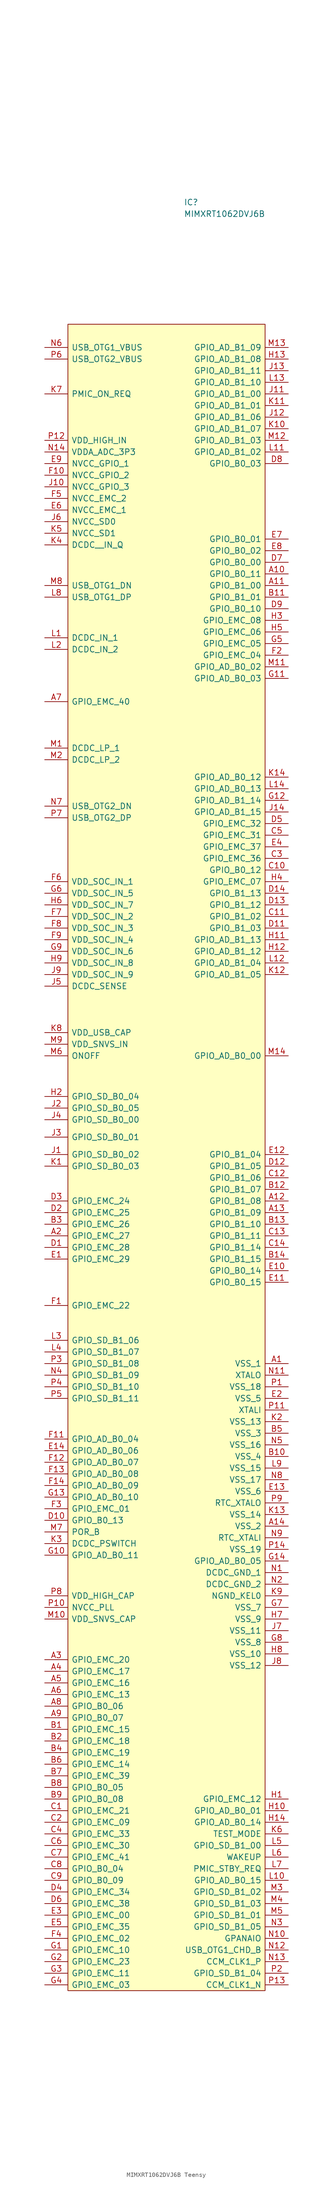
<source format=kicad_sym>
(kicad_symbol_lib
  (version 20220914)
  (generator kicad_symbol_editor)
  (symbol "MIMXRT1062DVJ6B Teensy"
    (pin_names
      (offset 0.762))
    (property "Reference" "IC"
      (at 30.48 29.21 0)
      (effects (font (size 1.27 1.27)) (justify left)))
    (property "Value" "MIMXRT1062DVJ6B"
      (at 30.48 26.67 0)
      (effects (font (size 1.27 1.27)) (justify left)))
    (symbol "MIMXRT1062DVJ6B Teensy_0_0"
      (pin passive line (at 53.34 -224.79 180) (length 5.08) (name "VSS_1" (effects (font (size 1.27 1.27)))) (number "A1" (effects (font (size 1.27 1.27)))))
      (pin passive line (at 53.34 -52.07 180) (length 5.08) (name "GPIO_B0_11" (effects (font (size 1.27 1.27)))) (number "A10" (effects (font (size 1.27 1.27)))))
      (pin passive line (at 53.34 -54.61 180) (length 5.08) (name "GPIO_B1_00" (effects (font (size 1.27 1.27)))) (number "A11" (effects (font (size 1.27 1.27)))))
      (pin passive line (at 53.34 -189.23 180) (length 5.08) (name "GPIO_B1_08" (effects (font (size 1.27 1.27)))) (number "A12" (effects (font (size 1.27 1.27)))))
      (pin passive line (at 53.34 -191.77 180) (length 5.08) (name "GPIO_B1_09" (effects (font (size 1.27 1.27)))) (number "A13" (effects (font (size 1.27 1.27)))))
      (pin passive line (at 53.34 -260.35 180) (length 5.08) (name "VSS_2" (effects (font (size 1.27 1.27)))) (number "A14" (effects (font (size 1.27 1.27)))))
      (pin passive line (at 0 -196.85 0) (length 5.08) (name "GPIO_EMC_27" (effects (font (size 1.27 1.27)))) (number "A2" (effects (font (size 1.27 1.27)))))
      (pin passive line (at 0 -289.56 0) (length 5.08) (name "GPIO_EMC_20" (effects (font (size 1.27 1.27)))) (number "A3" (effects (font (size 1.27 1.27)))))
      (pin passive line (at 0 -292.1 0) (length 5.08) (name "GPIO_EMC_17" (effects (font (size 1.27 1.27)))) (number "A4" (effects (font (size 1.27 1.27)))))
      (pin passive line (at 0 -294.64 0) (length 5.08) (name "GPIO_EMC_16" (effects (font (size 1.27 1.27)))) (number "A5" (effects (font (size 1.27 1.27)))))
      (pin passive line (at 0 -297.18 0) (length 5.08) (name "GPIO_EMC_13" (effects (font (size 1.27 1.27)))) (number "A6" (effects (font (size 1.27 1.27)))))
      (pin passive line (at 0 -80.01 0) (length 5.08) (name "GPIO_EMC_40" (effects (font (size 1.27 1.27)))) (number "A7" (effects (font (size 1.27 1.27)))))
      (pin passive line (at 0 -299.72 0) (length 5.08) (name "GPIO_B0_06" (effects (font (size 1.27 1.27)))) (number "A8" (effects (font (size 1.27 1.27)))))
      (pin passive line (at 0 -302.26 0) (length 5.08) (name "GPIO_B0_07" (effects (font (size 1.27 1.27)))) (number "A9" (effects (font (size 1.27 1.27)))))
      (pin passive line (at 0 -304.8 0) (length 5.08) (name "GPIO_EMC_15" (effects (font (size 1.27 1.27)))) (number "B1" (effects (font (size 1.27 1.27)))))
      (pin passive line (at 53.34 -245.11 180) (length 5.08) (name "VSS_4" (effects (font (size 1.27 1.27)))) (number "B10" (effects (font (size 1.27 1.27)))))
      (pin passive line (at 53.34 -57.15 180) (length 5.08) (name "GPIO_B1_01" (effects (font (size 1.27 1.27)))) (number "B11" (effects (font (size 1.27 1.27)))))
      (pin passive line (at 53.34 -186.69 180) (length 5.08) (name "GPIO_B1_07" (effects (font (size 1.27 1.27)))) (number "B12" (effects (font (size 1.27 1.27)))))
      (pin passive line (at 53.34 -194.31 180) (length 5.08) (name "GPIO_B1_10" (effects (font (size 1.27 1.27)))) (number "B13" (effects (font (size 1.27 1.27)))))
      (pin passive line (at 53.34 -201.93 180) (length 5.08) (name "GPIO_B1_15" (effects (font (size 1.27 1.27)))) (number "B14" (effects (font (size 1.27 1.27)))))
      (pin passive line (at 0 -307.34 0) (length 5.08) (name "GPIO_EMC_18" (effects (font (size 1.27 1.27)))) (number "B2" (effects (font (size 1.27 1.27)))))
      (pin passive line (at 0 -194.31 0) (length 5.08) (name "GPIO_EMC_26" (effects (font (size 1.27 1.27)))) (number "B3" (effects (font (size 1.27 1.27)))))
      (pin passive line (at 0 -309.88 0) (length 5.08) (name "GPIO_EMC_19" (effects (font (size 1.27 1.27)))) (number "B4" (effects (font (size 1.27 1.27)))))
      (pin passive line (at 53.34 -240.03 180) (length 5.08) (name "VSS_3" (effects (font (size 1.27 1.27)))) (number "B5" (effects (font (size 1.27 1.27)))))
      (pin passive line (at 0 -312.42 0) (length 5.08) (name "GPIO_EMC_14" (effects (font (size 1.27 1.27)))) (number "B6" (effects (font (size 1.27 1.27)))))
      (pin passive line (at 0 -314.96 0) (length 5.08) (name "GPIO_EMC_39" (effects (font (size 1.27 1.27)))) (number "B7" (effects (font (size 1.27 1.27)))))
      (pin passive line (at 0 -317.5 0) (length 5.08) (name "GPIO_B0_05" (effects (font (size 1.27 1.27)))) (number "B8" (effects (font (size 1.27 1.27)))))
      (pin passive line (at 0 -320.04 0) (length 5.08) (name "GPIO_B0_08" (effects (font (size 1.27 1.27)))) (number "B9" (effects (font (size 1.27 1.27)))))
      (pin passive line (at 0 -322.58 0) (length 5.08) (name "GPIO_EMC_21" (effects (font (size 1.27 1.27)))) (number "C1" (effects (font (size 1.27 1.27)))))
      (pin passive line (at 53.34 -116.84 180) (length 5.08) (name "GPIO_B0_12" (effects (font (size 1.27 1.27)))) (number "C10" (effects (font (size 1.27 1.27)))))
      (pin passive line (at 53.34 -127 180) (length 5.08) (name "GPIO_B1_02" (effects (font (size 1.27 1.27)))) (number "C11" (effects (font (size 1.27 1.27)))))
      (pin passive line (at 53.34 -184.15 180) (length 5.08) (name "GPIO_B1_06" (effects (font (size 1.27 1.27)))) (number "C12" (effects (font (size 1.27 1.27)))))
      (pin passive line (at 53.34 -196.85 180) (length 5.08) (name "GPIO_B1_11" (effects (font (size 1.27 1.27)))) (number "C13" (effects (font (size 1.27 1.27)))))
      (pin passive line (at 53.34 -199.39 180) (length 5.08) (name "GPIO_B1_14" (effects (font (size 1.27 1.27)))) (number "C14" (effects (font (size 1.27 1.27)))))
      (pin passive line (at 0 -325.12 0) (length 5.08) (name "GPIO_EMC_09" (effects (font (size 1.27 1.27)))) (number "C2" (effects (font (size 1.27 1.27)))))
      (pin passive line (at 53.34 -114.3 180) (length 5.08) (name "GPIO_EMC_36" (effects (font (size 1.27 1.27)))) (number "C3" (effects (font (size 1.27 1.27)))))
      (pin passive line (at 0 -327.66 0) (length 5.08) (name "GPIO_EMC_33" (effects (font (size 1.27 1.27)))) (number "C4" (effects (font (size 1.27 1.27)))))
      (pin passive line (at 53.34 -109.22 180) (length 5.08) (name "GPIO_EMC_31" (effects (font (size 1.27 1.27)))) (number "C5" (effects (font (size 1.27 1.27)))))
      (pin passive line (at 0 -330.2 0) (length 5.08) (name "GPIO_EMC_30" (effects (font (size 1.27 1.27)))) (number "C6" (effects (font (size 1.27 1.27)))))
      (pin passive line (at 0 -332.74 0) (length 5.08) (name "GPIO_EMC_41" (effects (font (size 1.27 1.27)))) (number "C7" (effects (font (size 1.27 1.27)))))
      (pin passive line (at 0 -335.28 0) (length 5.08) (name "GPIO_B0_04" (effects (font (size 1.27 1.27)))) (number "C8" (effects (font (size 1.27 1.27)))))
      (pin passive line (at 0 -337.82 0) (length 5.08) (name "GPIO_B0_09" (effects (font (size 1.27 1.27)))) (number "C9" (effects (font (size 1.27 1.27)))))
      (pin passive line (at 0 -199.39 0) (length 5.08) (name "GPIO_EMC_28" (effects (font (size 1.27 1.27)))) (number "D1" (effects (font (size 1.27 1.27)))))
      (pin passive line (at 0 -259.08 0) (length 5.08) (name "GPIO_B0_13" (effects (font (size 1.27 1.27)))) (number "D10" (effects (font (size 1.27 1.27)))))
      (pin passive line (at 53.34 -129.54 180) (length 5.08) (name "GPIO_B1_03" (effects (font (size 1.27 1.27)))) (number "D11" (effects (font (size 1.27 1.27)))))
      (pin passive line (at 53.34 -181.61 180) (length 5.08) (name "GPIO_B1_05" (effects (font (size 1.27 1.27)))) (number "D12" (effects (font (size 1.27 1.27)))))
      (pin passive line (at 53.34 -124.46 180) (length 5.08) (name "GPIO_B1_12" (effects (font (size 1.27 1.27)))) (number "D13" (effects (font (size 1.27 1.27)))))
      (pin passive line (at 53.34 -121.92 180) (length 5.08) (name "GPIO_B1_13" (effects (font (size 1.27 1.27)))) (number "D14" (effects (font (size 1.27 1.27)))))
      (pin passive line (at 0 -191.77 0) (length 5.08) (name "GPIO_EMC_25" (effects (font (size 1.27 1.27)))) (number "D2" (effects (font (size 1.27 1.27)))))
      (pin passive line (at 0 -189.23 0) (length 5.08) (name "GPIO_EMC_24" (effects (font (size 1.27 1.27)))) (number "D3" (effects (font (size 1.27 1.27)))))
      (pin passive line (at 0 -340.36 0) (length 5.08) (name "GPIO_EMC_34" (effects (font (size 1.27 1.27)))) (number "D4" (effects (font (size 1.27 1.27)))))
      (pin passive line (at 53.34 -106.68 180) (length 5.08) (name "GPIO_EMC_32" (effects (font (size 1.27 1.27)))) (number "D5" (effects (font (size 1.27 1.27)))))
      (pin passive line (at 0 -342.9 0) (length 5.08) (name "GPIO_EMC_38" (effects (font (size 1.27 1.27)))) (number "D6" (effects (font (size 1.27 1.27)))))
      (pin passive line (at 53.34 -49.53 180) (length 5.08) (name "GPIO_B0_00" (effects (font (size 1.27 1.27)))) (number "D7" (effects (font (size 1.27 1.27)))))
      (pin passive line (at 53.34 -27.94 180) (length 5.08) (name "GPIO_B0_03" (effects (font (size 1.27 1.27)))) (number "D8" (effects (font (size 1.27 1.27)))))
      (pin passive line (at 53.34 -59.69 180) (length 5.08) (name "GPIO_B0_10" (effects (font (size 1.27 1.27)))) (number "D9" (effects (font (size 1.27 1.27)))))
      (pin passive line (at 0 -201.93 0) (length 5.08) (name "GPIO_EMC_29" (effects (font (size 1.27 1.27)))) (number "E1" (effects (font (size 1.27 1.27)))))
      (pin passive line (at 53.34 -204.47 180) (length 5.08) (name "GPIO_B0_14" (effects (font (size 1.27 1.27)))) (number "E10" (effects (font (size 1.27 1.27)))))
      (pin passive line (at 53.34 -207.01 180) (length 5.08) (name "GPIO_B0_15" (effects (font (size 1.27 1.27)))) (number "E11" (effects (font (size 1.27 1.27)))))
      (pin passive line (at 53.34 -179.07 180) (length 5.08) (name "GPIO_B1_04" (effects (font (size 1.27 1.27)))) (number "E12" (effects (font (size 1.27 1.27)))))
      (pin passive line (at 53.34 -252.73 180) (length 5.08) (name "VSS_6" (effects (font (size 1.27 1.27)))) (number "E13" (effects (font (size 1.27 1.27)))))
      (pin passive line (at 0 -243.84 0) (length 5.08) (name "GPIO_AD_B0_06" (effects (font (size 1.27 1.27)))) (number "E14" (effects (font (size 1.27 1.27)))))
      (pin passive line (at 53.34 -232.41 180) (length 5.08) (name "VSS_5" (effects (font (size 1.27 1.27)))) (number "E2" (effects (font (size 1.27 1.27)))))
      (pin passive line (at 0 -345.44 0) (length 5.08) (name "GPIO_EMC_00" (effects (font (size 1.27 1.27)))) (number "E3" (effects (font (size 1.27 1.27)))))
      (pin passive line (at 53.34 -111.76 180) (length 5.08) (name "GPIO_EMC_37" (effects (font (size 1.27 1.27)))) (number "E4" (effects (font (size 1.27 1.27)))))
      (pin passive line (at 0 -347.98 0) (length 5.08) (name "GPIO_EMC_35" (effects (font (size 1.27 1.27)))) (number "E5" (effects (font (size 1.27 1.27)))))
      (pin passive line (at 0 -38.1 0) (length 5.08) (name "NVCC_EMC_1" (effects (font (size 1.27 1.27)))) (number "E6" (effects (font (size 1.27 1.27)))))
      (pin passive line (at 53.34 -44.45 180) (length 5.08) (name "GPIO_B0_01" (effects (font (size 1.27 1.27)))) (number "E7" (effects (font (size 1.27 1.27)))))
      (pin passive line (at 53.34 -46.99 180) (length 5.08) (name "GPIO_B0_02" (effects (font (size 1.27 1.27)))) (number "E8" (effects (font (size 1.27 1.27)))))
      (pin passive line (at 0 -27.94 0) (length 5.08) (name "NVCC_GPIO_1" (effects (font (size 1.27 1.27)))) (number "E9" (effects (font (size 1.27 1.27)))))
      (pin passive line (at 0 -212.09 0) (length 5.08) (name "GPIO_EMC_22" (effects (font (size 1.27 1.27)))) (number "F1" (effects (font (size 1.27 1.27)))))
      (pin passive line (at 0 -30.48 0) (length 5.08) (name "NVCC_GPIO_2" (effects (font (size 1.27 1.27)))) (number "F10" (effects (font (size 1.27 1.27)))))
      (pin passive line (at 0 -241.3 0) (length 5.08) (name "GPIO_AD_B0_04" (effects (font (size 1.27 1.27)))) (number "F11" (effects (font (size 1.27 1.27)))))
      (pin passive line (at 0 -246.38 0) (length 5.08) (name "GPIO_AD_B0_07" (effects (font (size 1.27 1.27)))) (number "F12" (effects (font (size 1.27 1.27)))))
      (pin passive line (at 0 -248.92 0) (length 5.08) (name "GPIO_AD_B0_08" (effects (font (size 1.27 1.27)))) (number "F13" (effects (font (size 1.27 1.27)))))
      (pin passive line (at 0 -251.46 0) (length 5.08) (name "GPIO_AD_B0_09" (effects (font (size 1.27 1.27)))) (number "F14" (effects (font (size 1.27 1.27)))))
      (pin passive line (at 53.34 -69.85 180) (length 5.08) (name "GPIO_EMC_04" (effects (font (size 1.27 1.27)))) (number "F2" (effects (font (size 1.27 1.27)))))
      (pin passive line (at 0 -256.54 0) (length 5.08) (name "GPIO_EMC_01" (effects (font (size 1.27 1.27)))) (number "F3" (effects (font (size 1.27 1.27)))))
      (pin passive line (at 0 -350.52 0) (length 5.08) (name "GPIO_EMC_02" (effects (font (size 1.27 1.27)))) (number "F4" (effects (font (size 1.27 1.27)))))
      (pin passive line (at 0 -35.56 0) (length 5.08) (name "NVCC_EMC_2" (effects (font (size 1.27 1.27)))) (number "F5" (effects (font (size 1.27 1.27)))))
      (pin passive line (at 0 -119.38 0) (length 5.08) (name "VDD_SOC_IN_1" (effects (font (size 1.27 1.27)))) (number "F6" (effects (font (size 1.27 1.27)))))
      (pin passive line (at 0 -127 0) (length 5.08) (name "VDD_SOC_IN_2" (effects (font (size 1.27 1.27)))) (number "F7" (effects (font (size 1.27 1.27)))))
      (pin passive line (at 0 -129.54 0) (length 5.08) (name "VDD_SOC_IN_3" (effects (font (size 1.27 1.27)))) (number "F8" (effects (font (size 1.27 1.27)))))
      (pin passive line (at 0 -132.08 0) (length 5.08) (name "VDD_SOC_IN_4" (effects (font (size 1.27 1.27)))) (number "F9" (effects (font (size 1.27 1.27)))))
      (pin passive line (at 0 -353.06 0) (length 5.08) (name "GPIO_EMC_10" (effects (font (size 1.27 1.27)))) (number "G1" (effects (font (size 1.27 1.27)))))
      (pin passive line (at 0 -266.7 0) (length 5.08) (name "GPIO_AD_B0_11" (effects (font (size 1.27 1.27)))) (number "G10" (effects (font (size 1.27 1.27)))))
      (pin passive line (at 53.34 -74.93 180) (length 5.08) (name "GPIO_AD_B0_03" (effects (font (size 1.27 1.27)))) (number "G11" (effects (font (size 1.27 1.27)))))
      (pin passive line (at 53.34 -101.6 180) (length 5.08) (name "GPIO_AD_B1_14" (effects (font (size 1.27 1.27)))) (number "G12" (effects (font (size 1.27 1.27)))))
      (pin passive line (at 0 -254 0) (length 5.08) (name "GPIO_AD_B0_10" (effects (font (size 1.27 1.27)))) (number "G13" (effects (font (size 1.27 1.27)))))
      (pin passive line (at 53.34 -267.97 180) (length 5.08) (name "GPIO_AD_B0_05" (effects (font (size 1.27 1.27)))) (number "G14" (effects (font (size 1.27 1.27)))))
      (pin passive line (at 0 -355.6 0) (length 5.08) (name "GPIO_EMC_23" (effects (font (size 1.27 1.27)))) (number "G2" (effects (font (size 1.27 1.27)))))
      (pin passive line (at 0 -358.14 0) (length 5.08) (name "GPIO_EMC_11" (effects (font (size 1.27 1.27)))) (number "G3" (effects (font (size 1.27 1.27)))))
      (pin passive line (at 0 -360.68 0) (length 5.08) (name "GPIO_EMC_03" (effects (font (size 1.27 1.27)))) (number "G4" (effects (font (size 1.27 1.27)))))
      (pin passive line (at 53.34 -67.31 180) (length 5.08) (name "GPIO_EMC_05" (effects (font (size 1.27 1.27)))) (number "G5" (effects (font (size 1.27 1.27)))))
      (pin passive line (at 0 -121.92 0) (length 5.08) (name "VDD_SOC_IN_5" (effects (font (size 1.27 1.27)))) (number "G6" (effects (font (size 1.27 1.27)))))
      (pin passive line (at 53.34 -278.13 180) (length 5.08) (name "VSS_7" (effects (font (size 1.27 1.27)))) (number "G7" (effects (font (size 1.27 1.27)))))
      (pin passive line (at 53.34 -285.75 180) (length 5.08) (name "VSS_8" (effects (font (size 1.27 1.27)))) (number "G8" (effects (font (size 1.27 1.27)))))
      (pin passive line (at 0 -134.62 0) (length 5.08) (name "VDD_SOC_IN_6" (effects (font (size 1.27 1.27)))) (number "G9" (effects (font (size 1.27 1.27)))))
      (pin passive line (at 53.34 -320.04 180) (length 5.08) (name "GPIO_EMC_12" (effects (font (size 1.27 1.27)))) (number "H1" (effects (font (size 1.27 1.27)))))
      (pin passive line (at 53.34 -322.58 180) (length 5.08) (name "GPIO_AD_B0_01" (effects (font (size 1.27 1.27)))) (number "H10" (effects (font (size 1.27 1.27)))))
      (pin passive line (at 53.34 -132.08 180) (length 5.08) (name "GPIO_AD_B1_13" (effects (font (size 1.27 1.27)))) (number "H11" (effects (font (size 1.27 1.27)))))
      (pin passive line (at 53.34 -134.62 180) (length 5.08) (name "GPIO_AD_B1_12" (effects (font (size 1.27 1.27)))) (number "H12" (effects (font (size 1.27 1.27)))))
      (pin passive line (at 53.34 -5.08 180) (length 5.08) (name "GPIO_AD_B1_08" (effects (font (size 1.27 1.27)))) (number "H13" (effects (font (size 1.27 1.27)))))
      (pin passive line (at 53.34 -325.12 180) (length 5.08) (name "GPIO_AD_B0_14" (effects (font (size 1.27 1.27)))) (number "H14" (effects (font (size 1.27 1.27)))))
      (pin passive line (at 0 -166.37 0) (length 5.08) (name "GPIO_SD_B0_04" (effects (font (size 1.27 1.27)))) (number "H2" (effects (font (size 1.27 1.27)))))
      (pin passive line (at 53.34 -62.23 180) (length 5.08) (name "GPIO_EMC_08" (effects (font (size 1.27 1.27)))) (number "H3" (effects (font (size 1.27 1.27)))))
      (pin passive line (at 53.34 -119.38 180) (length 5.08) (name "GPIO_EMC_07" (effects (font (size 1.27 1.27)))) (number "H4" (effects (font (size 1.27 1.27)))))
      (pin passive line (at 53.34 -64.77 180) (length 5.08) (name "GPIO_EMC_06" (effects (font (size 1.27 1.27)))) (number "H5" (effects (font (size 1.27 1.27)))))
      (pin passive line (at 0 -124.46 0) (length 5.08) (name "VDD_SOC_IN_7" (effects (font (size 1.27 1.27)))) (number "H6" (effects (font (size 1.27 1.27)))))
      (pin passive line (at 53.34 -280.67 180) (length 5.08) (name "VSS_9" (effects (font (size 1.27 1.27)))) (number "H7" (effects (font (size 1.27 1.27)))))
      (pin passive line (at 53.34 -288.29 180) (length 5.08) (name "VSS_10" (effects (font (size 1.27 1.27)))) (number "H8" (effects (font (size 1.27 1.27)))))
      (pin passive line (at 0 -137.16 0) (length 5.08) (name "VDD_SOC_IN_8" (effects (font (size 1.27 1.27)))) (number "H9" (effects (font (size 1.27 1.27)))))
      (pin passive line (at 0 -179.07 0) (length 5.08) (name "GPIO_SD_B0_02" (effects (font (size 1.27 1.27)))) (number "J1" (effects (font (size 1.27 1.27)))))
      (pin passive line (at 0 -33.02 0) (length 5.08) (name "NVCC_GPIO_3" (effects (font (size 1.27 1.27)))) (number "J10" (effects (font (size 1.27 1.27)))))
      (pin passive line (at 53.34 -12.7 180) (length 5.08) (name "GPIO_AD_B1_00" (effects (font (size 1.27 1.27)))) (number "J11" (effects (font (size 1.27 1.27)))))
      (pin passive line (at 53.34 -17.78 180) (length 5.08) (name "GPIO_AD_B1_06" (effects (font (size 1.27 1.27)))) (number "J12" (effects (font (size 1.27 1.27)))))
      (pin passive line (at 53.34 -7.62 180) (length 5.08) (name "GPIO_AD_B1_11" (effects (font (size 1.27 1.27)))) (number "J13" (effects (font (size 1.27 1.27)))))
      (pin passive line (at 53.34 -104.14 180) (length 5.08) (name "GPIO_AD_B1_15" (effects (font (size 1.27 1.27)))) (number "J14" (effects (font (size 1.27 1.27)))))
      (pin passive line (at 0 -168.91 0) (length 5.08) (name "GPIO_SD_B0_05" (effects (font (size 1.27 1.27)))) (number "J2" (effects (font (size 1.27 1.27)))))
      (pin passive line (at 0 -175.26 0) (length 5.08) (name "GPIO_SD_B0_01" (effects (font (size 1.27 1.27)))) (number "J3" (effects (font (size 1.27 1.27)))))
      (pin passive line (at 0 -171.45 0) (length 5.08) (name "GPIO_SD_B0_00" (effects (font (size 1.27 1.27)))) (number "J4" (effects (font (size 1.27 1.27)))))
      (pin passive line (at 0 -142.24 0) (length 5.08) (name "DCDC_SENSE" (effects (font (size 1.27 1.27)))) (number "J5" (effects (font (size 1.27 1.27)))))
      (pin passive line (at 0 -40.64 0) (length 5.08) (name "NVCC_SD0" (effects (font (size 1.27 1.27)))) (number "J6" (effects (font (size 1.27 1.27)))))
      (pin passive line (at 53.34 -283.21 180) (length 5.08) (name "VSS_11" (effects (font (size 1.27 1.27)))) (number "J7" (effects (font (size 1.27 1.27)))))
      (pin passive line (at 53.34 -290.83 180) (length 5.08) (name "VSS_12" (effects (font (size 1.27 1.27)))) (number "J8" (effects (font (size 1.27 1.27)))))
      (pin passive line (at 0 -139.7 0) (length 5.08) (name "VDD_SOC_IN_9" (effects (font (size 1.27 1.27)))) (number "J9" (effects (font (size 1.27 1.27)))))
      (pin passive line (at 0 -181.61 0) (length 5.08) (name "GPIO_SD_B0_03" (effects (font (size 1.27 1.27)))) (number "K1" (effects (font (size 1.27 1.27)))))
      (pin passive line (at 53.34 -20.32 180) (length 5.08) (name "GPIO_AD_B1_07" (effects (font (size 1.27 1.27)))) (number "K10" (effects (font (size 1.27 1.27)))))
      (pin passive line (at 53.34 -15.24 180) (length 5.08) (name "GPIO_AD_B1_01" (effects (font (size 1.27 1.27)))) (number "K11" (effects (font (size 1.27 1.27)))))
      (pin passive line (at 53.34 -139.7 180) (length 5.08) (name "GPIO_AD_B1_05" (effects (font (size 1.27 1.27)))) (number "K12" (effects (font (size 1.27 1.27)))))
      (pin passive line (at 53.34 -257.81 180) (length 5.08) (name "VSS_14" (effects (font (size 1.27 1.27)))) (number "K13" (effects (font (size 1.27 1.27)))))
      (pin passive line (at 53.34 -96.52 180) (length 5.08) (name "GPIO_AD_B0_12" (effects (font (size 1.27 1.27)))) (number "K14" (effects (font (size 1.27 1.27)))))
      (pin passive line (at 53.34 -237.49 180) (length 5.08) (name "VSS_13" (effects (font (size 1.27 1.27)))) (number "K2" (effects (font (size 1.27 1.27)))))
      (pin passive line (at 0 -264.16 0) (length 5.08) (name "DCDC_PSWITCH" (effects (font (size 1.27 1.27)))) (number "K3" (effects (font (size 1.27 1.27)))))
      (pin passive line (at 0 -45.72 0) (length 5.08) (name "DCDC__IN_Q" (effects (font (size 1.27 1.27)))) (number "K4" (effects (font (size 1.27 1.27)))))
      (pin passive line (at 0 -43.18 0) (length 5.08) (name "NVCC_SD1" (effects (font (size 1.27 1.27)))) (number "K5" (effects (font (size 1.27 1.27)))))
      (pin passive line (at 53.34 -327.66 180) (length 5.08) (name "TEST_MODE" (effects (font (size 1.27 1.27)))) (number "K6" (effects (font (size 1.27 1.27)))))
      (pin passive line (at 0 -12.7 0) (length 5.08) (name "PMIC_ON_REQ" (effects (font (size 1.27 1.27)))) (number "K7" (effects (font (size 1.27 1.27)))))
      (pin passive line (at 0 -152.4 0) (length 5.08) (name "VDD_USB_CAP" (effects (font (size 1.27 1.27)))) (number "K8" (effects (font (size 1.27 1.27)))))
      (pin passive line (at 53.34 -275.59 180) (length 5.08) (name "NGND_KEL0" (effects (font (size 1.27 1.27)))) (number "K9" (effects (font (size 1.27 1.27)))))
      (pin passive line (at 0 -66.04 0) (length 5.08) (name "DCDC_IN_1" (effects (font (size 1.27 1.27)))) (number "L1" (effects (font (size 1.27 1.27)))))
      (pin passive line (at 53.34 -337.82 180) (length 5.08) (name "GPIO_AD_B0_15" (effects (font (size 1.27 1.27)))) (number "L10" (effects (font (size 1.27 1.27)))))
      (pin passive line (at 53.34 -25.4 180) (length 5.08) (name "GPIO_AD_B1_02" (effects (font (size 1.27 1.27)))) (number "L11" (effects (font (size 1.27 1.27)))))
      (pin passive line (at 53.34 -137.16 180) (length 5.08) (name "GPIO_AD_B1_04" (effects (font (size 1.27 1.27)))) (number "L12" (effects (font (size 1.27 1.27)))))
      (pin passive line (at 53.34 -10.16 180) (length 5.08) (name "GPIO_AD_B1_10" (effects (font (size 1.27 1.27)))) (number "L13" (effects (font (size 1.27 1.27)))))
      (pin passive line (at 53.34 -99.06 180) (length 5.08) (name "GPIO_AD_B0_13" (effects (font (size 1.27 1.27)))) (number "L14" (effects (font (size 1.27 1.27)))))
      (pin passive line (at 0 -68.58 0) (length 5.08) (name "DCDC_IN_2" (effects (font (size 1.27 1.27)))) (number "L2" (effects (font (size 1.27 1.27)))))
      (pin passive line (at 0 -219.71 0) (length 5.08) (name "GPIO_SD_B1_06" (effects (font (size 1.27 1.27)))) (number "L3" (effects (font (size 1.27 1.27)))))
      (pin passive line (at 0 -222.25 0) (length 5.08) (name "GPIO_SD_B1_07" (effects (font (size 1.27 1.27)))) (number "L4" (effects (font (size 1.27 1.27)))))
      (pin passive line (at 53.34 -330.2 180) (length 5.08) (name "GPIO_SD_B1_00" (effects (font (size 1.27 1.27)))) (number "L5" (effects (font (size 1.27 1.27)))))
      (pin passive line (at 53.34 -332.74 180) (length 5.08) (name "WAKEUP" (effects (font (size 1.27 1.27)))) (number "L6" (effects (font (size 1.27 1.27)))))
      (pin passive line (at 53.34 -335.28 180) (length 5.08) (name "PMIC_STBY_REQ" (effects (font (size 1.27 1.27)))) (number "L7" (effects (font (size 1.27 1.27)))))
      (pin passive line (at 0 -57.15 0) (length 5.08) (name "USB_OTG1_DP" (effects (font (size 1.27 1.27)))) (number "L8" (effects (font (size 1.27 1.27)))))
      (pin passive line (at 53.34 -247.65 180) (length 5.08) (name "VSS_15" (effects (font (size 1.27 1.27)))) (number "L9" (effects (font (size 1.27 1.27)))))
      (pin passive line (at 0 -90.17 0) (length 5.08) (name "DCDC_LP_1" (effects (font (size 1.27 1.27)))) (number "M1" (effects (font (size 1.27 1.27)))))
      (pin passive line (at 0 -280.67 0) (length 5.08) (name "VDD_SNVS_CAP" (effects (font (size 1.27 1.27)))) (number "M10" (effects (font (size 1.27 1.27)))))
      (pin passive line (at 53.34 -72.39 180) (length 5.08) (name "GPIO_AD_B0_02" (effects (font (size 1.27 1.27)))) (number "M11" (effects (font (size 1.27 1.27)))))
      (pin passive line (at 53.34 -22.86 180) (length 5.08) (name "GPIO_AD_B1_03" (effects (font (size 1.27 1.27)))) (number "M12" (effects (font (size 1.27 1.27)))))
      (pin passive line (at 53.34 -2.54 180) (length 5.08) (name "GPIO_AD_B1_09" (effects (font (size 1.27 1.27)))) (number "M13" (effects (font (size 1.27 1.27)))))
      (pin passive line (at 53.34 -157.48 180) (length 5.08) (name "GPIO_AD_B0_00" (effects (font (size 1.27 1.27)))) (number "M14" (effects (font (size 1.27 1.27)))))
      (pin passive line (at 0 -92.71 0) (length 5.08) (name "DCDC_LP_2" (effects (font (size 1.27 1.27)))) (number "M2" (effects (font (size 1.27 1.27)))))
      (pin passive line (at 53.34 -340.36 180) (length 5.08) (name "GPIO_SD_B1_02" (effects (font (size 1.27 1.27)))) (number "M3" (effects (font (size 1.27 1.27)))))
      (pin passive line (at 53.34 -342.9 180) (length 5.08) (name "GPIO_SD_B1_03" (effects (font (size 1.27 1.27)))) (number "M4" (effects (font (size 1.27 1.27)))))
      (pin passive line (at 53.34 -345.44 180) (length 5.08) (name "GPIO_SD_B1_01" (effects (font (size 1.27 1.27)))) (number "M5" (effects (font (size 1.27 1.27)))))
      (pin passive line (at 0 -157.48 0) (length 5.08) (name "ONOFF" (effects (font (size 1.27 1.27)))) (number "M6" (effects (font (size 1.27 1.27)))))
      (pin passive line (at 0 -261.62 0) (length 5.08) (name "POR_B" (effects (font (size 1.27 1.27)))) (number "M7" (effects (font (size 1.27 1.27)))))
      (pin passive line (at 0 -54.61 0) (length 5.08) (name "USB_OTG1_DN" (effects (font (size 1.27 1.27)))) (number "M8" (effects (font (size 1.27 1.27)))))
      (pin passive line (at 0 -154.94 0) (length 5.08) (name "VDD_SNVS_IN" (effects (font (size 1.27 1.27)))) (number "M9" (effects (font (size 1.27 1.27)))))
      (pin passive line (at 53.34 -270.51 180) (length 5.08) (name "DCDC_GND_1" (effects (font (size 1.27 1.27)))) (number "N1" (effects (font (size 1.27 1.27)))))
      (pin passive line (at 53.34 -350.52 180) (length 5.08) (name "GPANAIO" (effects (font (size 1.27 1.27)))) (number "N10" (effects (font (size 1.27 1.27)))))
      (pin passive line (at 53.34 -227.33 180) (length 5.08) (name "XTALO" (effects (font (size 1.27 1.27)))) (number "N11" (effects (font (size 1.27 1.27)))))
      (pin passive line (at 53.34 -353.06 180) (length 5.08) (name "USB_OTG1_CHD_B" (effects (font (size 1.27 1.27)))) (number "N12" (effects (font (size 1.27 1.27)))))
      (pin passive line (at 53.34 -355.6 180) (length 5.08) (name "CCM_CLK1_P" (effects (font (size 1.27 1.27)))) (number "N13" (effects (font (size 1.27 1.27)))))
      (pin passive line (at 0 -25.4 0) (length 5.08) (name "VDDA_ADC_3P3" (effects (font (size 1.27 1.27)))) (number "N14" (effects (font (size 1.27 1.27)))))
      (pin passive line (at 53.34 -273.05 180) (length 5.08) (name "DCDC_GND_2" (effects (font (size 1.27 1.27)))) (number "N2" (effects (font (size 1.27 1.27)))))
      (pin passive line (at 53.34 -347.98 180) (length 5.08) (name "GPIO_SD_B1_05" (effects (font (size 1.27 1.27)))) (number "N3" (effects (font (size 1.27 1.27)))))
      (pin passive line (at 0 -227.33 0) (length 5.08) (name "GPIO_SD_B1_09" (effects (font (size 1.27 1.27)))) (number "N4" (effects (font (size 1.27 1.27)))))
      (pin passive line (at 53.34 -242.57 180) (length 5.08) (name "VSS_16" (effects (font (size 1.27 1.27)))) (number "N5" (effects (font (size 1.27 1.27)))))
      (pin passive line (at 0 -2.54 0) (length 5.08) (name "USB_OTG1_VBUS" (effects (font (size 1.27 1.27)))) (number "N6" (effects (font (size 1.27 1.27)))))
      (pin passive line (at 0 -102.87 0) (length 5.08) (name "USB_OTG2_DN" (effects (font (size 1.27 1.27)))) (number "N7" (effects (font (size 1.27 1.27)))))
      (pin passive line (at 53.34 -250.19 180) (length 5.08) (name "VSS_17" (effects (font (size 1.27 1.27)))) (number "N8" (effects (font (size 1.27 1.27)))))
      (pin passive line (at 53.34 -262.89 180) (length 5.08) (name "RTC_XTALI" (effects (font (size 1.27 1.27)))) (number "N9" (effects (font (size 1.27 1.27)))))
      (pin passive line (at 53.34 -229.87 180) (length 5.08) (name "VSS_18" (effects (font (size 1.27 1.27)))) (number "P1" (effects (font (size 1.27 1.27)))))
      (pin passive line (at 0 -278.13 0) (length 5.08) (name "NVCC_PLL" (effects (font (size 1.27 1.27)))) (number "P10" (effects (font (size 1.27 1.27)))))
      (pin passive line (at 53.34 -234.95 180) (length 5.08) (name "XTALI" (effects (font (size 1.27 1.27)))) (number "P11" (effects (font (size 1.27 1.27)))))
      (pin passive line (at 0 -22.86 0) (length 5.08) (name "VDD_HIGH_IN" (effects (font (size 1.27 1.27)))) (number "P12" (effects (font (size 1.27 1.27)))))
      (pin passive line (at 53.34 -360.68 180) (length 5.08) (name "CCM_CLK1_N" (effects (font (size 1.27 1.27)))) (number "P13" (effects (font (size 1.27 1.27)))))
      (pin passive line (at 53.34 -265.43 180) (length 5.08) (name "VSS_19" (effects (font (size 1.27 1.27)))) (number "P14" (effects (font (size 1.27 1.27)))))
      (pin passive line (at 53.34 -358.14 180) (length 5.08) (name "GPIO_SD_B1_04" (effects (font (size 1.27 1.27)))) (number "P2" (effects (font (size 1.27 1.27)))))
      (pin passive line (at 0 -224.79 0) (length 5.08) (name "GPIO_SD_B1_08" (effects (font (size 1.27 1.27)))) (number "P3" (effects (font (size 1.27 1.27)))))
      (pin passive line (at 0 -229.87 0) (length 5.08) (name "GPIO_SD_B1_10" (effects (font (size 1.27 1.27)))) (number "P4" (effects (font (size 1.27 1.27)))))
      (pin passive line (at 0 -232.41 0) (length 5.08) (name "GPIO_SD_B1_11" (effects (font (size 1.27 1.27)))) (number "P5" (effects (font (size 1.27 1.27)))))
      (pin passive line (at 0 -5.08 0) (length 5.08) (name "USB_OTG2_VBUS" (effects (font (size 1.27 1.27)))) (number "P6" (effects (font (size 1.27 1.27)))))
      (pin passive line (at 0 -105.41 0) (length 5.08) (name "USB_OTG2_DP" (effects (font (size 1.27 1.27)))) (number "P7" (effects (font (size 1.27 1.27)))))
      (pin passive line (at 0 -275.59 0) (length 5.08) (name "VDD_HIGH_CAP" (effects (font (size 1.27 1.27)))) (number "P8" (effects (font (size 1.27 1.27)))))
      (pin passive line (at 53.34 -255.27 180) (length 5.08) (name "RTC_XTALO" (effects (font (size 1.27 1.27)))) (number "P9" (effects (font (size 1.27 1.27))))))
    (symbol "MIMXRT1062DVJ6B Teensy_1_1"
      (polyline (pts (xy 5.08 2.54) (xy 48.26 2.54) (xy 48.26 -361.95) (xy 5.08 -361.95) (xy 5.08 2.54)) (stroke (width 0.152) (type default)) (fill (type background))))))
</source>
